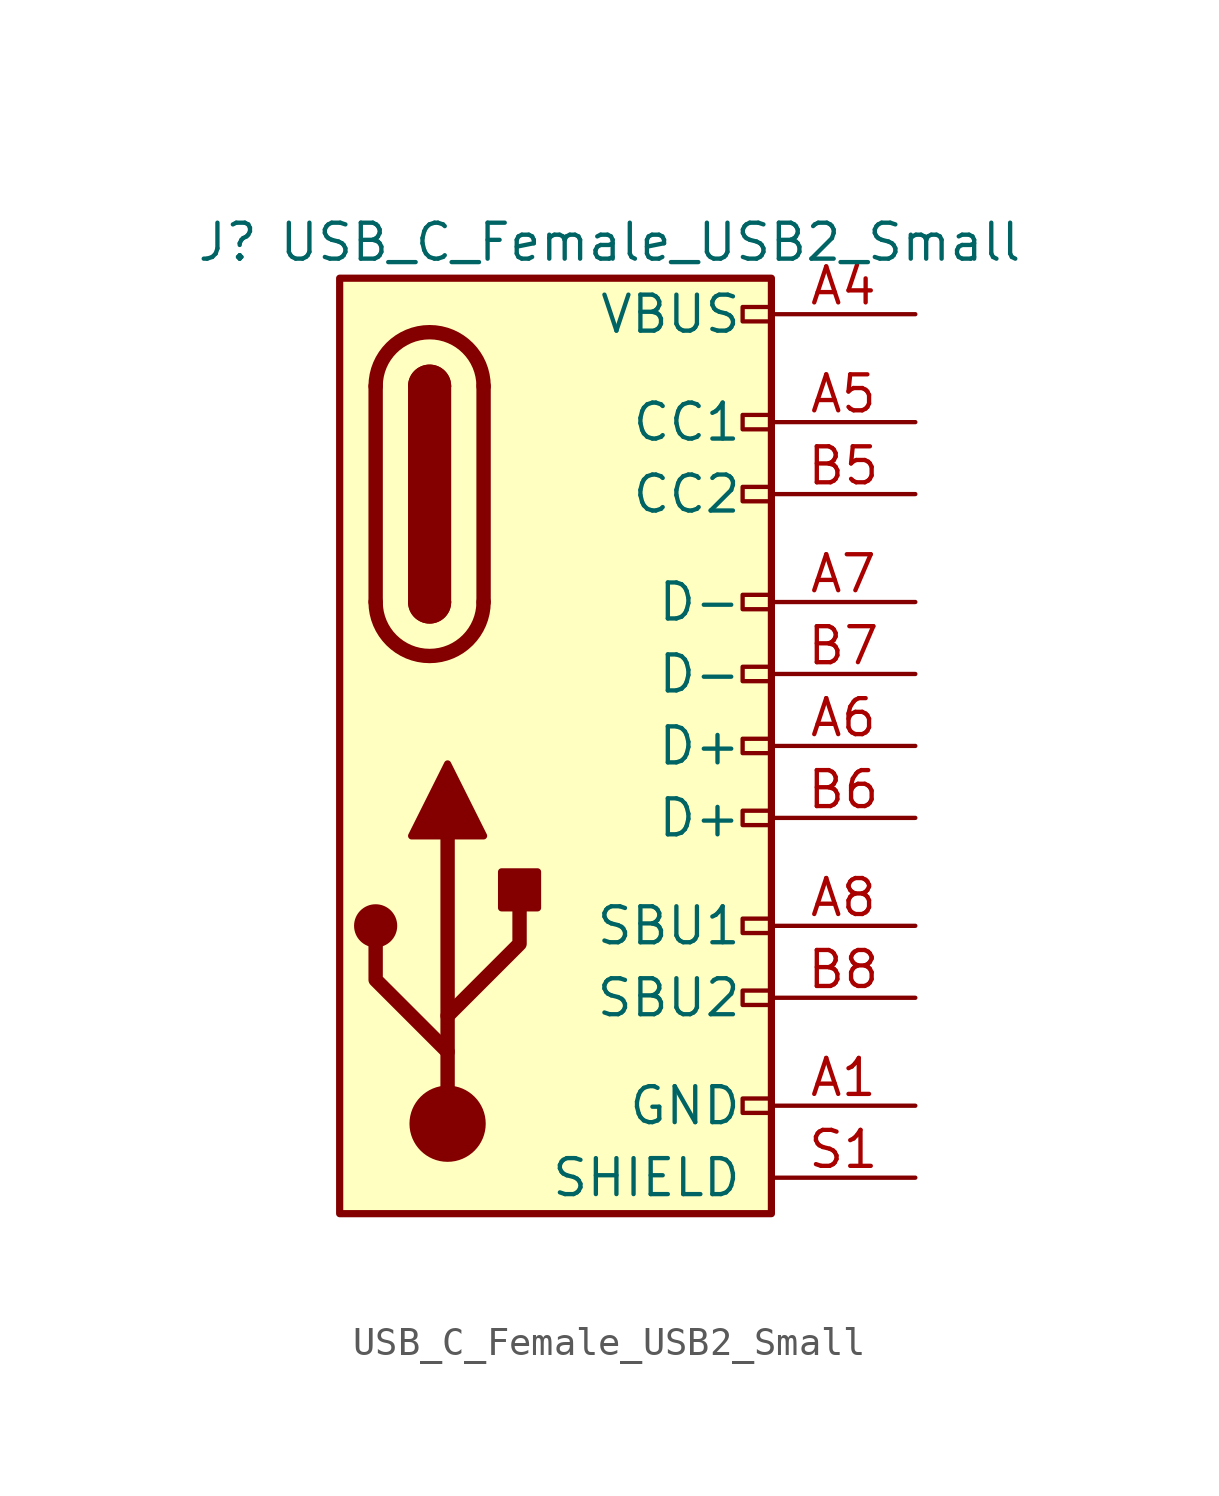
<source format=kicad_sym>
(kicad_symbol_lib
  (version 20220914)
  (generator kicad_symbol_editor)
  (symbol "USB_C_Female_USB2_Small"
    (pin_names
      (offset 1.016))
    (property "Reference" "J"
      (at -10.16 19.05 0)
      (effects (font (size 1.27 1.27)) (justify left)))
    (property "Value" "USB_C_Female_USB2_Small"
      (at 19.05 19.05 0)
      (effects (font (size 1.27 1.27)) (justify right)))
    (symbol "USB_C_Female_USB2_Small_0_0"
      (rectangle (start 10.16 -11.684) (end 9.144 -11.176) (stroke (width 0) (type default)) (fill (type none)))
      (rectangle (start 10.16 -7.366) (end 9.144 -7.874) (stroke (width 0) (type default)) (fill (type none)))
      (rectangle (start 10.16 -4.826) (end 9.144 -5.334) (stroke (width 0) (type default)) (fill (type none)))
      (rectangle (start 10.16 -1.016) (end 9.144 -1.524) (stroke (width 0) (type default)) (fill (type none)))
      (rectangle (start 10.16 1.524) (end 9.144 1.016) (stroke (width 0) (type default)) (fill (type none)))
      (rectangle (start 10.16 4.064) (end 9.144 3.556) (stroke (width 0) (type default)) (fill (type none)))
      (rectangle (start 10.16 6.604) (end 9.144 6.096) (stroke (width 0) (type default)) (fill (type none)))
      (rectangle (start 10.16 10.414) (end 9.144 9.906) (stroke (width 0) (type default)) (fill (type none)))
      (rectangle (start 10.16 12.954) (end 9.144 12.446) (stroke (width 0) (type default)) (fill (type none)))
      (rectangle (start 10.16 16.764) (end 9.144 16.256) (stroke (width 0) (type default)) (fill (type none))))
    (symbol "USB_C_Female_USB2_Small_0_1"
      (rectangle (start -5.08 17.78) (end 10.16 -15.24) (stroke (width 0.254) (type default)) (fill (type background)))
      (circle (center -3.81 -5.08) (radius 0.635) (stroke (width 0.254) (type default)) (fill (type outline)))
      (arc (start -3.81 6.35) (mid -1.905 4.4533) (end 0 6.35) (stroke (width 0.508) (type default)) (fill (type none)))
      (arc (start -2.54 6.35) (mid -1.905 5.7177) (end -1.27 6.35) (stroke (width 0.254) (type default)) (fill (type none)))
      (arc (start -2.54 6.35) (mid -1.905 5.7177) (end -1.27 6.35) (stroke (width 0.254) (type default)) (fill (type outline)))
      (rectangle (start -2.54 13.97) (end -1.27 6.35) (stroke (width 0.254) (type default)) (fill (type outline)))
      (circle (center -1.27 -12.065) (radius 1.27) (stroke (width 0) (type default)) (fill (type outline)))
      (arc (start -1.27 13.97) (mid -1.905 14.6023) (end -2.54 13.97) (stroke (width 0.254) (type default)) (fill (type none)))
      (arc (start -1.27 13.97) (mid -1.905 14.6023) (end -2.54 13.97) (stroke (width 0.254) (type default)) (fill (type outline)))
      (polyline (pts (xy -3.81 6.35) (xy -3.81 13.97)) (stroke (width 0.508) (type default)) (fill (type none)))
      (polyline (pts (xy -1.27 -12.065) (xy -1.27 -1.905)) (stroke (width 0.508) (type default)) (fill (type none)))
      (polyline (pts (xy 0 13.97) (xy 0 6.35)) (stroke (width 0.508) (type default)) (fill (type none)))
      (polyline (pts (xy -1.27 -9.525) (xy -3.81 -6.985) (xy -3.81 -5.715)) (stroke (width 0.508) (type default)) (fill (type none)))
      (polyline (pts (xy -1.27 -8.255) (xy 1.27 -5.715) (xy 1.27 -4.445)) (stroke (width 0.508) (type default)) (fill (type none)))
      (polyline (pts (xy -2.54 -1.905) (xy -1.27 0.635) (xy 0 -1.905) (xy -2.54 -1.905)) (stroke (width 0.254) (type default)) (fill (type outline)))
      (arc (start 0 13.97) (mid -1.905 15.8667) (end -3.81 13.97) (stroke (width 0.508) (type default)) (fill (type none)))
      (rectangle (start 0.635 -4.445) (end 1.905 -3.175) (stroke (width 0.254) (type default)) (fill (type outline))))
    (symbol "USB_C_Female_USB2_Small_1_1"
      (pin passive line (at 15.24 -11.43 180) (length 5.08) (name "GND" (effects (font (size 1.27 1.27)))) (number "A1" (effects (font (size 1.27 1.27)))))
      (pin passive line (at 15.24 -11.43 180) (length 5.08) hide (name "GND" (effects (font (size 1.27 1.27)))) (number "A12" (effects (font (size 1.27 1.27)))))
      (pin passive line (at 15.24 16.51 180) (length 5.08) (name "VBUS" (effects (font (size 1.27 1.27)))) (number "A4" (effects (font (size 1.27 1.27)))))
      (pin bidirectional line (at 15.24 12.7 180) (length 5.08) (name "CC1" (effects (font (size 1.27 1.27)))) (number "A5" (effects (font (size 1.27 1.27)))))
      (pin bidirectional line (at 15.24 1.27 180) (length 5.08) (name "D+" (effects (font (size 1.27 1.27)))) (number "A6" (effects (font (size 1.27 1.27)))))
      (pin bidirectional line (at 15.24 6.35 180) (length 5.08) (name "D-" (effects (font (size 1.27 1.27)))) (number "A7" (effects (font (size 1.27 1.27)))))
      (pin bidirectional line (at 15.24 -5.08 180) (length 5.08) (name "SBU1" (effects (font (size 1.27 1.27)))) (number "A8" (effects (font (size 1.27 1.27)))))
      (pin passive line (at 15.24 16.51 180) (length 5.08) hide (name "VBUS" (effects (font (size 1.27 1.27)))) (number "A9" (effects (font (size 1.27 1.27)))))
      (pin passive line (at 15.24 -11.43 180) (length 5.08) hide (name "GND" (effects (font (size 1.27 1.27)))) (number "B1" (effects (font (size 1.27 1.27)))))
      (pin passive line (at 15.24 -11.43 180) (length 5.08) hide (name "GND" (effects (font (size 1.27 1.27)))) (number "B12" (effects (font (size 1.27 1.27)))))
      (pin passive line (at 15.24 16.51 180) (length 5.08) hide (name "VBUS" (effects (font (size 1.27 1.27)))) (number "B4" (effects (font (size 1.27 1.27)))))
      (pin bidirectional line (at 15.24 10.16 180) (length 5.08) (name "CC2" (effects (font (size 1.27 1.27)))) (number "B5" (effects (font (size 1.27 1.27)))))
      (pin bidirectional line (at 15.24 -1.27 180) (length 5.08) (name "D+" (effects (font (size 1.27 1.27)))) (number "B6" (effects (font (size 1.27 1.27)))))
      (pin bidirectional line (at 15.24 3.81 180) (length 5.08) (name "D-" (effects (font (size 1.27 1.27)))) (number "B7" (effects (font (size 1.27 1.27)))))
      (pin bidirectional line (at 15.24 -7.62 180) (length 5.08) (name "SBU2" (effects (font (size 1.27 1.27)))) (number "B8" (effects (font (size 1.27 1.27)))))
      (pin passive line (at 15.24 16.51 180) (length 5.08) hide (name "VBUS" (effects (font (size 1.27 1.27)))) (number "B9" (effects (font (size 1.27 1.27)))))
      (pin passive line (at 15.24 -13.97 180) (length 5.08) (name "SHIELD" (effects (font (size 1.27 1.27)))) (number "S1" (effects (font (size 1.27 1.27))))))))
</source>
